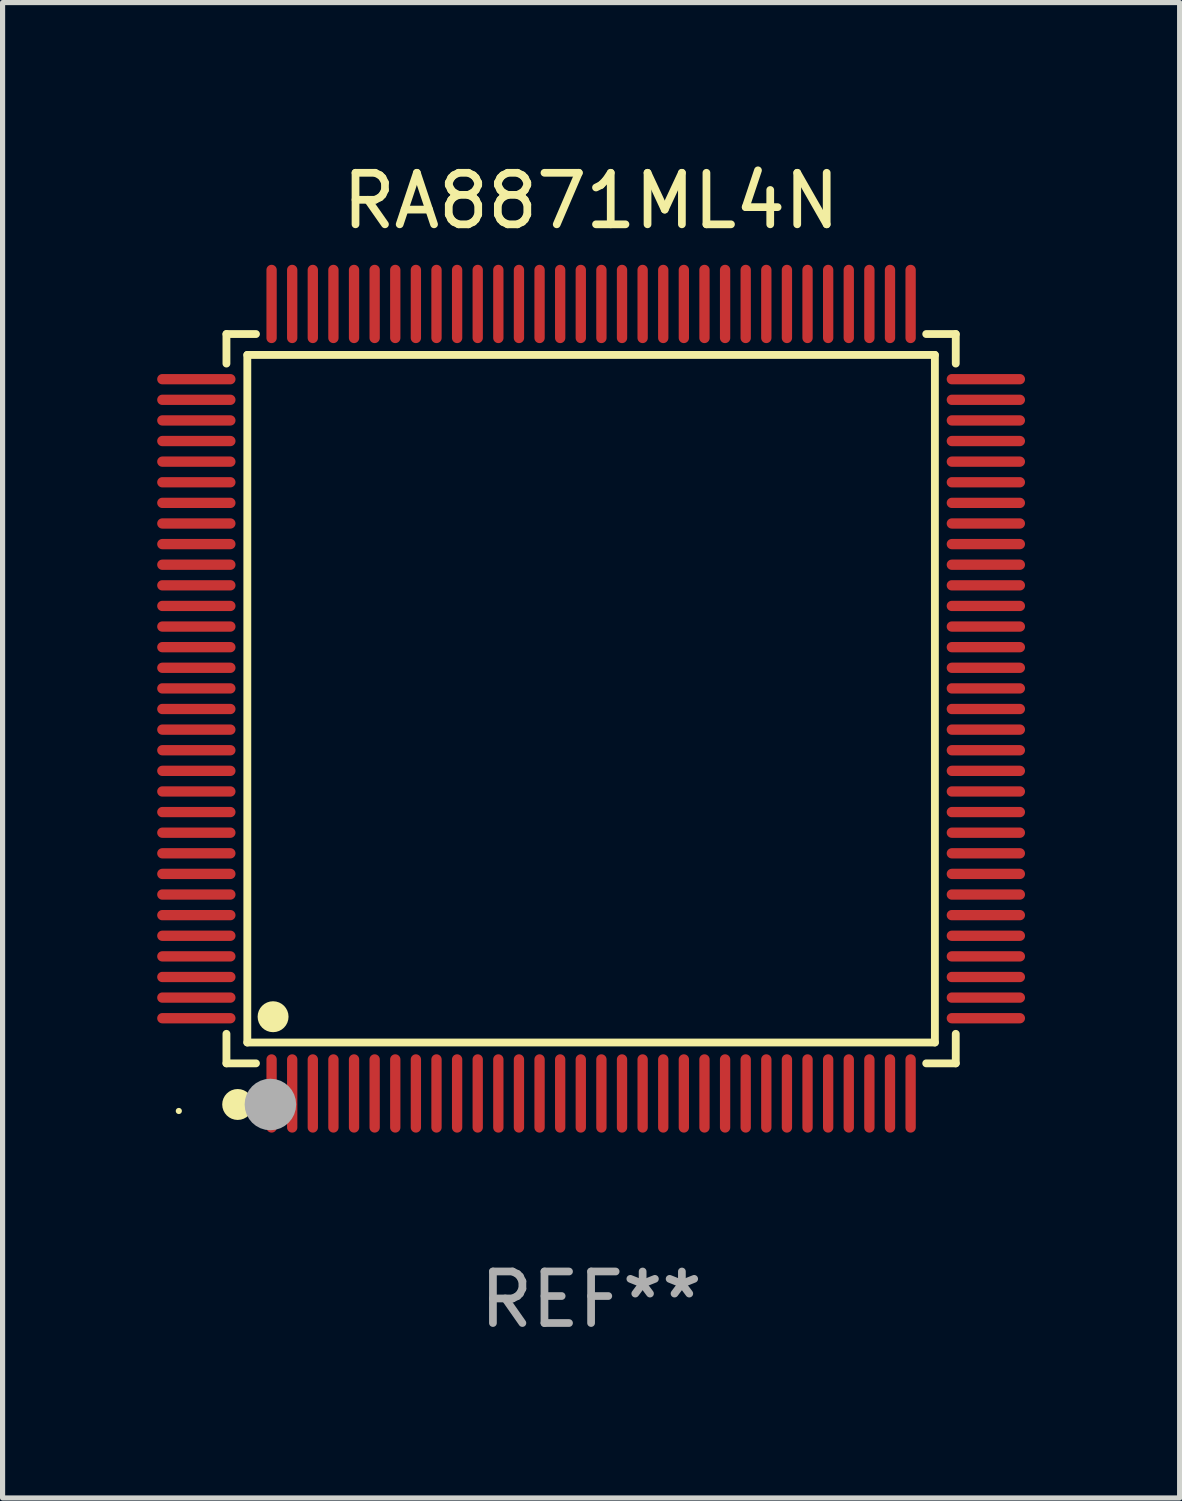
<source format=kicad_pcb>
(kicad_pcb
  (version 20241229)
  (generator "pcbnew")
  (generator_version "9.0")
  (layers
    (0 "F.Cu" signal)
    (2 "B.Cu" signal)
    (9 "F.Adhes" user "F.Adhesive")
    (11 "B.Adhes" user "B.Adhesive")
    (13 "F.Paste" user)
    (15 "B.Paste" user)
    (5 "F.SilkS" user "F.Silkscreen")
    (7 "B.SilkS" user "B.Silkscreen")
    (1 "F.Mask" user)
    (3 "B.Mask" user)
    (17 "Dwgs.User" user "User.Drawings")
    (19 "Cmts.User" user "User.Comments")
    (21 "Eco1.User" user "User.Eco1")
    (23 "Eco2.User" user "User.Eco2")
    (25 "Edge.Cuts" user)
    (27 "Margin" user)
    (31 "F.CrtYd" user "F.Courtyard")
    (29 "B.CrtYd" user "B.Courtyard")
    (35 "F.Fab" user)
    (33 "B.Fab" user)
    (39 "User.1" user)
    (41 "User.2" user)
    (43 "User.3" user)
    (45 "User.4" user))
  (footprint "RA8871ML4N"
    (layer "F.Cu")
    (at 8.42 10.508)
    (property "Reference" "RA8871ML4N" (at 0 -9.66 0) (layer "F.SilkS") (effects (font (size 1 1) (thickness 0.15))))
    (attr through_hole)
    (fp_line (start -7.076 -7.076) (end -6.503 -7.076) (stroke (width 0.152) (type solid)) (layer "F.SilkS"))
    (fp_line (start -7.076 -6.503) (end -7.076 -7.076) (stroke (width 0.152) (type solid)) (layer "F.SilkS"))
    (fp_line (start -7.076 6.503) (end -7.076 7.076) (stroke (width 0.152) (type solid)) (layer "F.SilkS"))
    (fp_line (start -7.076 7.076) (end -6.503 7.076) (stroke (width 0.152) (type solid)) (layer "F.SilkS"))
    (fp_line (start -6.671 -6.671) (end 6.671 -6.671) (stroke (width 0.152) (type solid)) (layer "F.SilkS"))
    (fp_line (start -6.671 6.671) (end -6.671 -6.671) (stroke (width 0.152) (type solid)) (layer "F.SilkS"))
    (fp_line (start 6.671 -6.671) (end 6.671 6.671) (stroke (width 0.152) (type solid)) (layer "F.SilkS"))
    (fp_line (start 6.671 6.671) (end -6.671 6.671) (stroke (width 0.152) (type solid)) (layer "F.SilkS"))
    (fp_line (start 7.076 -7.076) (end 6.503 -7.076) (stroke (width 0.152) (type solid)) (layer "F.SilkS"))
    (fp_line (start 7.076 -6.503) (end 7.076 -7.076) (stroke (width 0.152) (type solid)) (layer "F.SilkS"))
    (fp_line (start 7.076 6.503) (end 7.076 7.076) (stroke (width 0.152) (type solid)) (layer "F.SilkS"))
    (fp_line (start 7.076 7.076) (end 6.503 7.076) (stroke (width 0.152) (type solid)) (layer "F.SilkS"))
    (fp_circle (center -8 8) (end -7.97 8) (stroke (width 0.06) (type solid)) (fill no) (layer "F.SilkS"))
    (fp_circle (center -6.858 7.874) (end -6.708 7.874) (stroke (width 0.3) (type solid)) (fill no) (layer "F.SilkS"))
    (fp_circle (center -6.171 6.171) (end -6.021 6.171) (stroke (width 0.3) (type solid)) (fill no) (layer "F.SilkS"))
    (fp_circle (center -6.223 7.874) (end -5.973 7.874) (stroke (width 0.5) (type solid)) (fill no) (layer "F.Fab"))
    (fp_text user "REF**" (at 0 11.66 0) (layer "F.Fab") (effects (font (size 1 1) (thickness 0.15))))
    (pad "1" smd oval (at -6.2 7.66) (size 0.2 1.52) (layers "F.Cu" "F.Mask" "F.Paste"))
    (pad "2" smd oval (at -5.8 7.66) (size 0.2 1.52) (layers "F.Cu" "F.Mask" "F.Paste"))
    (pad "3" smd oval (at -5.4 7.66) (size 0.2 1.52) (layers "F.Cu" "F.Mask" "F.Paste"))
    (pad "4" smd oval (at -5 7.66) (size 0.2 1.52) (layers "F.Cu" "F.Mask" "F.Paste"))
    (pad "5" smd oval (at -4.6 7.66) (size 0.2 1.52) (layers "F.Cu" "F.Mask" "F.Paste"))
    (pad "6" smd oval (at -4.2 7.66) (size 0.2 1.52) (layers "F.Cu" "F.Mask" "F.Paste"))
    (pad "7" smd oval (at -3.8 7.66) (size 0.2 1.52) (layers "F.Cu" "F.Mask" "F.Paste"))
    (pad "8" smd oval (at -3.4 7.66) (size 0.2 1.52) (layers "F.Cu" "F.Mask" "F.Paste"))
    (pad "9" smd oval (at -3 7.66) (size 0.2 1.52) (layers "F.Cu" "F.Mask" "F.Paste"))
    (pad "10" smd oval (at -2.6 7.66) (size 0.2 1.52) (layers "F.Cu" "F.Mask" "F.Paste"))
    (pad "11" smd oval (at -2.2 7.66) (size 0.2 1.52) (layers "F.Cu" "F.Mask" "F.Paste"))
    (pad "12" smd oval (at -1.8 7.66) (size 0.2 1.52) (layers "F.Cu" "F.Mask" "F.Paste"))
    (pad "13" smd oval (at -1.4 7.66) (size 0.2 1.52) (layers "F.Cu" "F.Mask" "F.Paste"))
    (pad "14" smd oval (at -1 7.66) (size 0.2 1.52) (layers "F.Cu" "F.Mask" "F.Paste"))
    (pad "15" smd oval (at -0.6 7.66) (size 0.2 1.52) (layers "F.Cu" "F.Mask" "F.Paste"))
    (pad "16" smd oval (at -0.2 7.66) (size 0.2 1.52) (layers "F.Cu" "F.Mask" "F.Paste"))
    (pad "17" smd oval (at 0.2 7.66) (size 0.2 1.52) (layers "F.Cu" "F.Mask" "F.Paste"))
    (pad "18" smd oval (at 0.6 7.66) (size 0.2 1.52) (layers "F.Cu" "F.Mask" "F.Paste"))
    (pad "19" smd oval (at 1 7.66) (size 0.2 1.52) (layers "F.Cu" "F.Mask" "F.Paste"))
    (pad "20" smd oval (at 1.4 7.66) (size 0.2 1.52) (layers "F.Cu" "F.Mask" "F.Paste"))
    (pad "21" smd oval (at 1.8 7.66) (size 0.2 1.52) (layers "F.Cu" "F.Mask" "F.Paste"))
    (pad "22" smd oval (at 2.2 7.66) (size 0.2 1.52) (layers "F.Cu" "F.Mask" "F.Paste"))
    (pad "23" smd oval (at 2.6 7.66) (size 0.2 1.52) (layers "F.Cu" "F.Mask" "F.Paste"))
    (pad "24" smd oval (at 3 7.66) (size 0.2 1.52) (layers "F.Cu" "F.Mask" "F.Paste"))
    (pad "25" smd oval (at 3.4 7.66) (size 0.2 1.52) (layers "F.Cu" "F.Mask" "F.Paste"))
    (pad "26" smd oval (at 3.8 7.66) (size 0.2 1.52) (layers "F.Cu" "F.Mask" "F.Paste"))
    (pad "27" smd oval (at 4.2 7.66) (size 0.2 1.52) (layers "F.Cu" "F.Mask" "F.Paste"))
    (pad "28" smd oval (at 4.6 7.66) (size 0.2 1.52) (layers "F.Cu" "F.Mask" "F.Paste"))
    (pad "29" smd oval (at 5 7.66) (size 0.2 1.52) (layers "F.Cu" "F.Mask" "F.Paste"))
    (pad "30" smd oval (at 5.4 7.66) (size 0.2 1.52) (layers "F.Cu" "F.Mask" "F.Paste"))
    (pad "31" smd oval (at 5.8 7.66) (size 0.2 1.52) (layers "F.Cu" "F.Mask" "F.Paste"))
    (pad "32" smd oval (at 6.2 7.66) (size 0.2 1.52) (layers "F.Cu" "F.Mask" "F.Paste"))
    (pad "33" smd oval (at 7.66 6.2) (size 1.52 0.2) (layers "F.Cu" "F.Mask" "F.Paste"))
    (pad "34" smd oval (at 7.66 5.8) (size 1.52 0.2) (layers "F.Cu" "F.Mask" "F.Paste"))
    (pad "35" smd oval (at 7.66 5.4) (size 1.52 0.2) (layers "F.Cu" "F.Mask" "F.Paste"))
    (pad "36" smd oval (at 7.66 5) (size 1.52 0.2) (layers "F.Cu" "F.Mask" "F.Paste"))
    (pad "37" smd oval (at 7.66 4.6) (size 1.52 0.2) (layers "F.Cu" "F.Mask" "F.Paste"))
    (pad "38" smd oval (at 7.66 4.2) (size 1.52 0.2) (layers "F.Cu" "F.Mask" "F.Paste"))
    (pad "39" smd oval (at 7.66 3.8) (size 1.52 0.2) (layers "F.Cu" "F.Mask" "F.Paste"))
    (pad "40" smd oval (at 7.66 3.4) (size 1.52 0.2) (layers "F.Cu" "F.Mask" "F.Paste"))
    (pad "41" smd oval (at 7.66 3) (size 1.52 0.2) (layers "F.Cu" "F.Mask" "F.Paste"))
    (pad "42" smd oval (at 7.66 2.6) (size 1.52 0.2) (layers "F.Cu" "F.Mask" "F.Paste"))
    (pad "43" smd oval (at 7.66 2.2) (size 1.52 0.2) (layers "F.Cu" "F.Mask" "F.Paste"))
    (pad "44" smd oval (at 7.66 1.8) (size 1.52 0.2) (layers "F.Cu" "F.Mask" "F.Paste"))
    (pad "45" smd oval (at 7.66 1.4) (size 1.52 0.2) (layers "F.Cu" "F.Mask" "F.Paste"))
    (pad "46" smd oval (at 7.66 1) (size 1.52 0.2) (layers "F.Cu" "F.Mask" "F.Paste"))
    (pad "47" smd oval (at 7.66 0.6) (size 1.52 0.2) (layers "F.Cu" "F.Mask" "F.Paste"))
    (pad "48" smd oval (at 7.66 0.2) (size 1.52 0.2) (layers "F.Cu" "F.Mask" "F.Paste"))
    (pad "49" smd oval (at 7.66 -0.2) (size 1.52 0.2) (layers "F.Cu" "F.Mask" "F.Paste"))
    (pad "50" smd oval (at 7.66 -0.6) (size 1.52 0.2) (layers "F.Cu" "F.Mask" "F.Paste"))
    (pad "51" smd oval (at 7.66 -1) (size 1.52 0.2) (layers "F.Cu" "F.Mask" "F.Paste"))
    (pad "52" smd oval (at 7.66 -1.4) (size 1.52 0.2) (layers "F.Cu" "F.Mask" "F.Paste"))
    (pad "53" smd oval (at 7.66 -1.8) (size 1.52 0.2) (layers "F.Cu" "F.Mask" "F.Paste"))
    (pad "54" smd oval (at 7.66 -2.2) (size 1.52 0.2) (layers "F.Cu" "F.Mask" "F.Paste"))
    (pad "55" smd oval (at 7.66 -2.6) (size 1.52 0.2) (layers "F.Cu" "F.Mask" "F.Paste"))
    (pad "56" smd oval (at 7.66 -3) (size 1.52 0.2) (layers "F.Cu" "F.Mask" "F.Paste"))
    (pad "57" smd oval (at 7.66 -3.4) (size 1.52 0.2) (layers "F.Cu" "F.Mask" "F.Paste"))
    (pad "58" smd oval (at 7.66 -3.8) (size 1.52 0.2) (layers "F.Cu" "F.Mask" "F.Paste"))
    (pad "59" smd oval (at 7.66 -4.2) (size 1.52 0.2) (layers "F.Cu" "F.Mask" "F.Paste"))
    (pad "60" smd oval (at 7.66 -4.6) (size 1.52 0.2) (layers "F.Cu" "F.Mask" "F.Paste"))
    (pad "61" smd oval (at 7.66 -5) (size 1.52 0.2) (layers "F.Cu" "F.Mask" "F.Paste"))
    (pad "62" smd oval (at 7.66 -5.4) (size 1.52 0.2) (layers "F.Cu" "F.Mask" "F.Paste"))
    (pad "63" smd oval (at 7.66 -5.8) (size 1.52 0.2) (layers "F.Cu" "F.Mask" "F.Paste"))
    (pad "64" smd oval (at 7.66 -6.2) (size 1.52 0.2) (layers "F.Cu" "F.Mask" "F.Paste"))
    (pad "65" smd oval (at 6.2 -7.66) (size 0.2 1.52) (layers "F.Cu" "F.Mask" "F.Paste"))
    (pad "66" smd oval (at 5.8 -7.66) (size 0.2 1.52) (layers "F.Cu" "F.Mask" "F.Paste"))
    (pad "67" smd oval (at 5.4 -7.66) (size 0.2 1.52) (layers "F.Cu" "F.Mask" "F.Paste"))
    (pad "68" smd oval (at 5 -7.66) (size 0.2 1.52) (layers "F.Cu" "F.Mask" "F.Paste"))
    (pad "69" smd oval (at 4.6 -7.66) (size 0.2 1.52) (layers "F.Cu" "F.Mask" "F.Paste"))
    (pad "70" smd oval (at 4.2 -7.66) (size 0.2 1.52) (layers "F.Cu" "F.Mask" "F.Paste"))
    (pad "71" smd oval (at 3.8 -7.66) (size 0.2 1.52) (layers "F.Cu" "F.Mask" "F.Paste"))
    (pad "72" smd oval (at 3.4 -7.66) (size 0.2 1.52) (layers "F.Cu" "F.Mask" "F.Paste"))
    (pad "73" smd oval (at 3 -7.66) (size 0.2 1.52) (layers "F.Cu" "F.Mask" "F.Paste"))
    (pad "74" smd oval (at 2.6 -7.66) (size 0.2 1.52) (layers "F.Cu" "F.Mask" "F.Paste"))
    (pad "75" smd oval (at 2.2 -7.66) (size 0.2 1.52) (layers "F.Cu" "F.Mask" "F.Paste"))
    (pad "76" smd oval (at 1.8 -7.66) (size 0.2 1.52) (layers "F.Cu" "F.Mask" "F.Paste"))
    (pad "77" smd oval (at 1.4 -7.66) (size 0.2 1.52) (layers "F.Cu" "F.Mask" "F.Paste"))
    (pad "78" smd oval (at 1 -7.66) (size 0.2 1.52) (layers "F.Cu" "F.Mask" "F.Paste"))
    (pad "79" smd oval (at 0.6 -7.66) (size 0.2 1.52) (layers "F.Cu" "F.Mask" "F.Paste"))
    (pad "80" smd oval (at 0.2 -7.66) (size 0.2 1.52) (layers "F.Cu" "F.Mask" "F.Paste"))
    (pad "81" smd oval (at -0.2 -7.66) (size 0.2 1.52) (layers "F.Cu" "F.Mask" "F.Paste"))
    (pad "82" smd oval (at -0.6 -7.66) (size 0.2 1.52) (layers "F.Cu" "F.Mask" "F.Paste"))
    (pad "83" smd oval (at -1 -7.66) (size 0.2 1.52) (layers "F.Cu" "F.Mask" "F.Paste"))
    (pad "84" smd oval (at -1.4 -7.66) (size 0.2 1.52) (layers "F.Cu" "F.Mask" "F.Paste"))
    (pad "85" smd oval (at -1.8 -7.66) (size 0.2 1.52) (layers "F.Cu" "F.Mask" "F.Paste"))
    (pad "86" smd oval (at -2.2 -7.66) (size 0.2 1.52) (layers "F.Cu" "F.Mask" "F.Paste"))
    (pad "87" smd oval (at -2.6 -7.66) (size 0.2 1.52) (layers "F.Cu" "F.Mask" "F.Paste"))
    (pad "88" smd oval (at -3 -7.66) (size 0.2 1.52) (layers "F.Cu" "F.Mask" "F.Paste"))
    (pad "89" smd oval (at -3.4 -7.66) (size 0.2 1.52) (layers "F.Cu" "F.Mask" "F.Paste"))
    (pad "90" smd oval (at -3.8 -7.66) (size 0.2 1.52) (layers "F.Cu" "F.Mask" "F.Paste"))
    (pad "91" smd oval (at -4.2 -7.66) (size 0.2 1.52) (layers "F.Cu" "F.Mask" "F.Paste"))
    (pad "92" smd oval (at -4.6 -7.66) (size 0.2 1.52) (layers "F.Cu" "F.Mask" "F.Paste"))
    (pad "93" smd oval (at -5 -7.66) (size 0.2 1.52) (layers "F.Cu" "F.Mask" "F.Paste"))
    (pad "94" smd oval (at -5.4 -7.66) (size 0.2 1.52) (layers "F.Cu" "F.Mask" "F.Paste"))
    (pad "95" smd oval (at -5.8 -7.66) (size 0.2 1.52) (layers "F.Cu" "F.Mask" "F.Paste"))
    (pad "96" smd oval (at -6.2 -7.66) (size 0.2 1.52) (layers "F.Cu" "F.Mask" "F.Paste"))
    (pad "97" smd oval (at -7.66 -6.2) (size 1.52 0.2) (layers "F.Cu" "F.Mask" "F.Paste"))
    (pad "98" smd oval (at -7.66 -5.8) (size 1.52 0.2) (layers "F.Cu" "F.Mask" "F.Paste"))
    (pad "99" smd oval (at -7.66 -5.4) (size 1.52 0.2) (layers "F.Cu" "F.Mask" "F.Paste"))
    (pad "100" smd oval (at -7.66 -5) (size 1.52 0.2) (layers "F.Cu" "F.Mask" "F.Paste"))
    (pad "101" smd oval (at -7.66 -4.6) (size 1.52 0.2) (layers "F.Cu" "F.Mask" "F.Paste"))
    (pad "102" smd oval (at -7.66 -4.2) (size 1.52 0.2) (layers "F.Cu" "F.Mask" "F.Paste"))
    (pad "103" smd oval (at -7.66 -3.8) (size 1.52 0.2) (layers "F.Cu" "F.Mask" "F.Paste"))
    (pad "104" smd oval (at -7.66 -3.4) (size 1.52 0.2) (layers "F.Cu" "F.Mask" "F.Paste"))
    (pad "105" smd oval (at -7.66 -3) (size 1.52 0.2) (layers "F.Cu" "F.Mask" "F.Paste"))
    (pad "106" smd oval (at -7.66 -2.6) (size 1.52 0.2) (layers "F.Cu" "F.Mask" "F.Paste"))
    (pad "107" smd oval (at -7.66 -2.2) (size 1.52 0.2) (layers "F.Cu" "F.Mask" "F.Paste"))
    (pad "108" smd oval (at -7.66 -1.8) (size 1.52 0.2) (layers "F.Cu" "F.Mask" "F.Paste"))
    (pad "109" smd oval (at -7.66 -1.4) (size 1.52 0.2) (layers "F.Cu" "F.Mask" "F.Paste"))
    (pad "110" smd oval (at -7.66 -1) (size 1.52 0.2) (layers "F.Cu" "F.Mask" "F.Paste"))
    (pad "111" smd oval (at -7.66 -0.6) (size 1.52 0.2) (layers "F.Cu" "F.Mask" "F.Paste"))
    (pad "112" smd oval (at -7.66 -0.2) (size 1.52 0.2) (layers "F.Cu" "F.Mask" "F.Paste"))
    (pad "113" smd oval (at -7.66 0.2) (size 1.52 0.2) (layers "F.Cu" "F.Mask" "F.Paste"))
    (pad "114" smd oval (at -7.66 0.6) (size 1.52 0.2) (layers "F.Cu" "F.Mask" "F.Paste"))
    (pad "115" smd oval (at -7.66 1) (size 1.52 0.2) (layers "F.Cu" "F.Mask" "F.Paste"))
    (pad "116" smd oval (at -7.66 1.4) (size 1.52 0.2) (layers "F.Cu" "F.Mask" "F.Paste"))
    (pad "117" smd oval (at -7.66 1.8) (size 1.52 0.2) (layers "F.Cu" "F.Mask" "F.Paste"))
    (pad "118" smd oval (at -7.66 2.2) (size 1.52 0.2) (layers "F.Cu" "F.Mask" "F.Paste"))
    (pad "119" smd oval (at -7.66 2.6) (size 1.52 0.2) (layers "F.Cu" "F.Mask" "F.Paste"))
    (pad "120" smd oval (at -7.66 3) (size 1.52 0.2) (layers "F.Cu" "F.Mask" "F.Paste"))
    (pad "121" smd oval (at -7.66 3.4) (size 1.52 0.2) (layers "F.Cu" "F.Mask" "F.Paste"))
    (pad "122" smd oval (at -7.66 3.8) (size 1.52 0.2) (layers "F.Cu" "F.Mask" "F.Paste"))
    (pad "123" smd oval (at -7.66 4.2) (size 1.52 0.2) (layers "F.Cu" "F.Mask" "F.Paste"))
    (pad "124" smd oval (at -7.66 4.6) (size 1.52 0.2) (layers "F.Cu" "F.Mask" "F.Paste"))
    (pad "125" smd oval (at -7.66 5) (size 1.52 0.2) (layers "F.Cu" "F.Mask" "F.Paste"))
    (pad "126" smd oval (at -7.66 5.4) (size 1.52 0.2) (layers "F.Cu" "F.Mask" "F.Paste"))
    (pad "127" smd oval (at -7.66 5.8) (size 1.52 0.2) (layers "F.Cu" "F.Mask" "F.Paste"))
    (pad "128" smd oval (at -7.66 6.2) (size 1.52 0.2) (layers "F.Cu" "F.Mask" "F.Paste")))
  (gr_rect
    (start -3 -3)
    (end 19.84 26.017)
    (stroke (width 0.1) (type default))
    (fill no)
    (layer "Edge.Cuts")))
</source>
